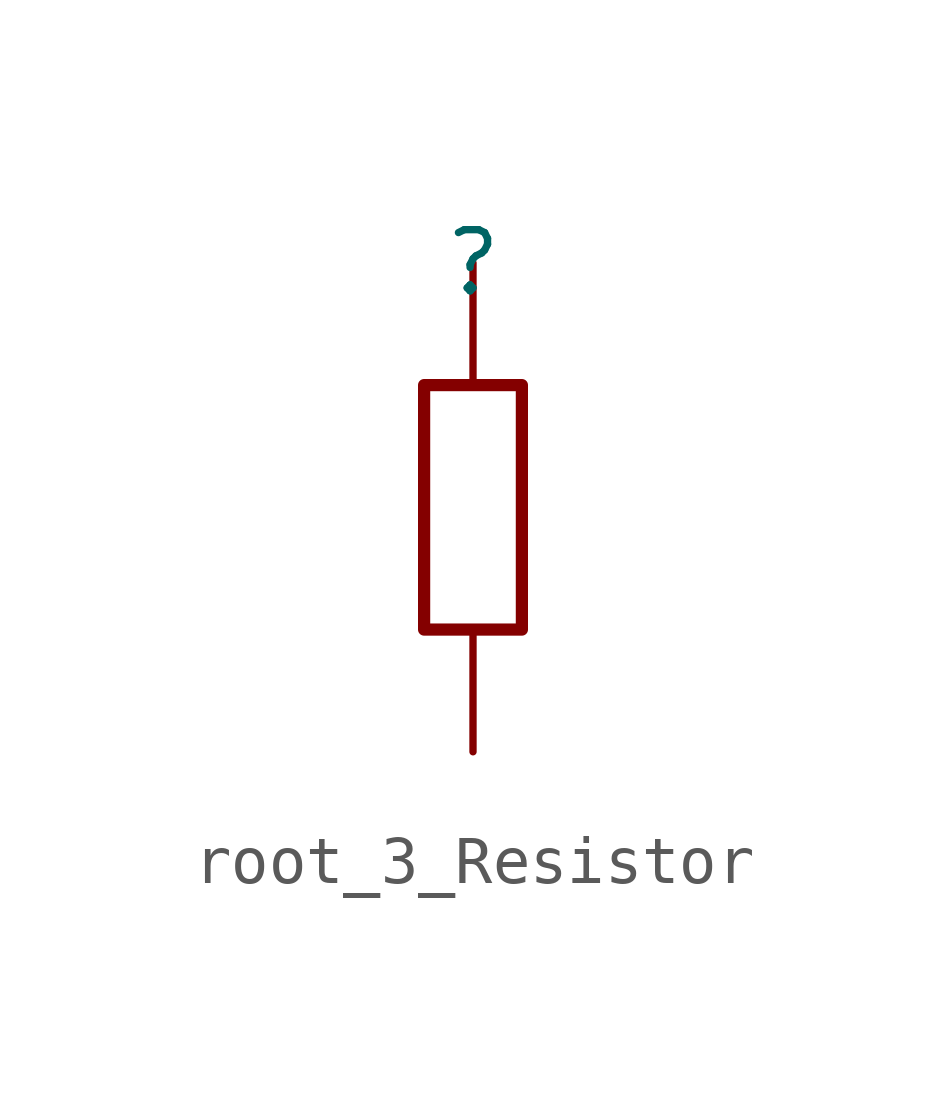
<source format=kicad_sym>
(kicad_symbol_lib
  (version 20231120)
  (generator "kicad_symbol_editor")
  (generator_version "8.0")
  (symbol "root_3_Resistor"
    (property "Reference" ""
      (at 0 0 0)
      (effects (font (size 1.27 1.27))))
    (property "Value" ""
      (at 0 0 0)
      (effects (font (size 1.27 1.27))))
    (symbol "root_3_Resistor_1_0"
      (rectangle (start 1.016 -2.54) (end -1.016 -7.62) (stroke (width 0.254) (type solid)) (fill (type none)))
      (pin passive line (at 0 0 270) (length 2.54) (name "1" (effects (font (size 0 0)))) (number "1" (effects (font (size 0 0)))))
      (pin passive line (at 0 -10.16 90) (length 2.54) (name "2" (effects (font (size 0 0)))) (number "2" (effects (font (size 0 0))))))))
</source>
